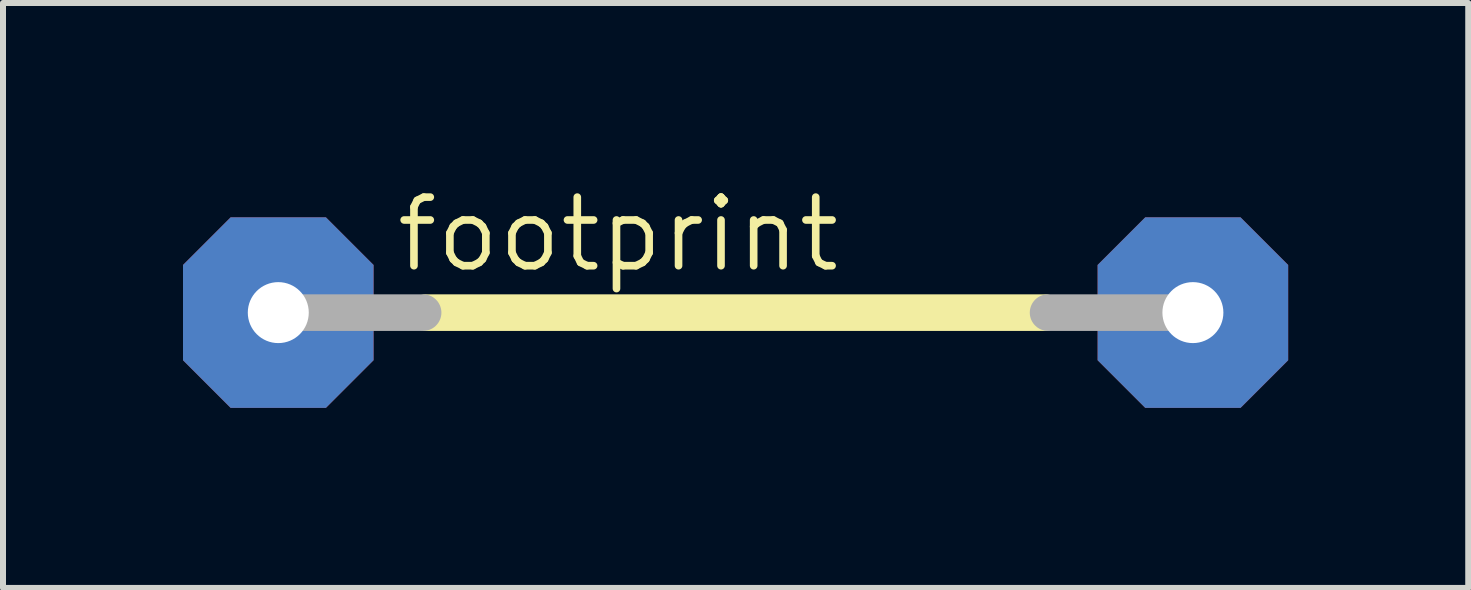
<source format=kicad_pcb>
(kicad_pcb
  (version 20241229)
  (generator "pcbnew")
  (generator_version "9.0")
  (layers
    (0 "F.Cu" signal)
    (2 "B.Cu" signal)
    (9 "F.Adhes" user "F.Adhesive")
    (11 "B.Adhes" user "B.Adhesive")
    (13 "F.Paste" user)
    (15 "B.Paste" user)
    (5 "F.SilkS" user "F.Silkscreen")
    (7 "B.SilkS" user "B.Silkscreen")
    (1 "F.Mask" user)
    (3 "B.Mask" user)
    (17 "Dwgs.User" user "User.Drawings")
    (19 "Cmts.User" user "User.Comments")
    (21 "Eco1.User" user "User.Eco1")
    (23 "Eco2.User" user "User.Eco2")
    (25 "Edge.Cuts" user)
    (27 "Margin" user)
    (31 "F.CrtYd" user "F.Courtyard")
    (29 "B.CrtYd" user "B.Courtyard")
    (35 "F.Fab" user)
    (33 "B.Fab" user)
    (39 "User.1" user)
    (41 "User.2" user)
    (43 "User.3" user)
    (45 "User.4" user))
  (footprint "footprint"
    (layer "F.Cu")
    (at 9.207 2.159)
    (property "Reference" "footprint" (at -5.715 -0.635 0) (layer "F.SilkS") (effects (font (size 1.143 1.143) (thickness 0.127)) (justify left bottom)))
    (fp_line (start -5.156 0) (end 5.156 0) (stroke (width 0.61) (type solid)) (layer "F.SilkS"))
    (fp_line (start -7.62 0) (end -5.207 0) (stroke (width 0.61) (type solid)) (layer "F.Fab"))
    (fp_line (start 7.62 0) (end 5.207 0) (stroke (width 0.61) (type solid)) (layer "F.Fab"))
    (pad "1" thru_hole roundrect (at -7.62 0) (size 3.175 3.175) (drill 1.016) (layers "*.Cu" "*.Mask") (roundrect_rratio 0.25) (chamfer_ratio 0.25) (chamfer top_left top_right bottom_left bottom_right))
    (pad "2" thru_hole roundrect (at 7.62 0) (size 3.175 3.175) (drill 1.016) (layers "*.Cu" "*.Mask") (roundrect_rratio 0.25) (chamfer_ratio 0.25) (chamfer top_left top_right bottom_left bottom_right)))
  (gr_rect
    (start -3 -3)
    (end 21.415 6.747)
    (stroke (width 0.1) (type default))
    (fill no)
    (layer "Edge.Cuts")))
</source>
